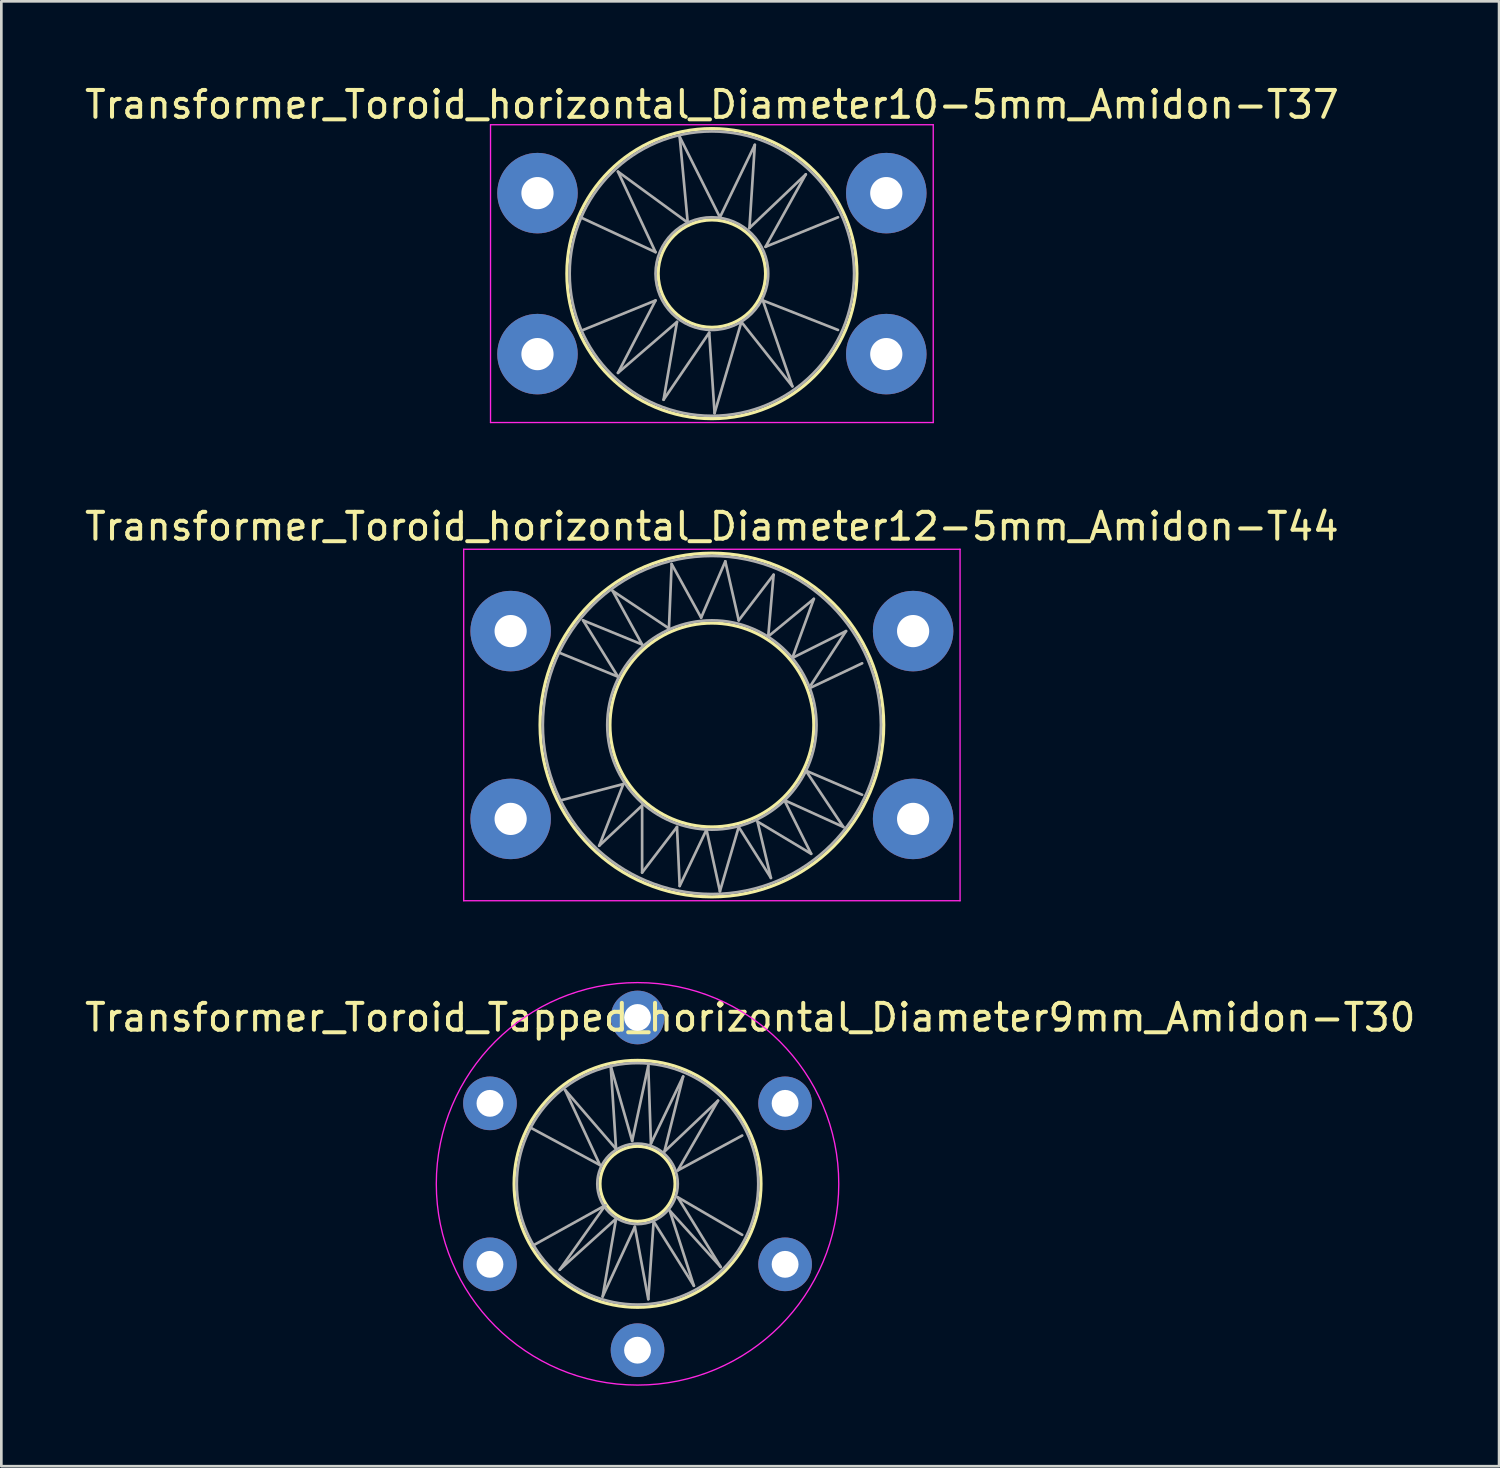
<source format=kicad_pcb>
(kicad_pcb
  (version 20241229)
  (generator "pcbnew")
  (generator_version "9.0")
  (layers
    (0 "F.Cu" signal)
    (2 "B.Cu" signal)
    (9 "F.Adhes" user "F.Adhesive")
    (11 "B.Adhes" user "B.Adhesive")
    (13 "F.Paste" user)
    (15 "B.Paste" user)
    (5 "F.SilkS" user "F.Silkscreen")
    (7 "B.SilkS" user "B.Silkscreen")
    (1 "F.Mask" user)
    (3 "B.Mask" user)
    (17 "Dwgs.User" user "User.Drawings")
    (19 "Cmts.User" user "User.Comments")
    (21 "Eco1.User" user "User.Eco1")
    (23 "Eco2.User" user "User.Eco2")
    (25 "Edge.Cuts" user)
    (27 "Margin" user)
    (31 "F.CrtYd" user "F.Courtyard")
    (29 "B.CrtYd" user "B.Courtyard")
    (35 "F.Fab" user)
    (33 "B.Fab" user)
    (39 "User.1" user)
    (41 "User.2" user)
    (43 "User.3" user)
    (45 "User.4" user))
  (footprint "Transformer_Toroid_Tapped_horizontal_Diameter9mm_Amidon-T30"
    (layer "F.Cu")
    (at 15.211 44.072)
    (property "Reference" "Transformer_Toroid_Tapped_horizontal_Diameter9mm_Amidon-T30" (at 9.7 -9.2 0) (layer "F.SilkS") (effects (font (size 1 1) (thickness 0.15))))
    (attr through_hole)
    (fp_circle (center 5.5 -3) (end 5.5 -7.6) (stroke (width 0.12) (type solid)) (fill no) (layer "F.SilkS"))
    (fp_circle (center 5.5 -3) (end 5.5 -4.4) (stroke (width 0.12) (type solid)) (fill no) (layer "F.SilkS"))
    (fp_circle (center 5.5 -3) (end 5.5 4.5) (stroke (width 0.05) (type solid)) (fill no) (layer "F.CrtYd"))
    (fp_line (start 1.5 -5.1) (end 4.1 -3.7) (stroke (width 0.1) (type solid)) (layer "F.Fab"))
    (fp_line (start 1.6 -0.7) (end 4.3 -2.2) (stroke (width 0.1) (type solid)) (layer "F.Fab"))
    (fp_line (start 2.6 0.2) (end 4.7 -1.7) (stroke (width 0.1) (type solid)) (layer "F.Fab"))
    (fp_line (start 2.8 -6.5) (end 4.7 -4.3) (stroke (width 0.1) (type solid)) (layer "F.Fab"))
    (fp_line (start 4.1 -3.7) (end 2.8 -6.5) (stroke (width 0.1) (type solid)) (layer "F.Fab"))
    (fp_line (start 4.2 1.2) (end 5.4 -1.4) (stroke (width 0.1) (type solid)) (layer "F.Fab"))
    (fp_line (start 4.3 -2.2) (end 2.6 0.2) (stroke (width 0.1) (type solid)) (layer "F.Fab"))
    (fp_line (start 4.5 -7.4) (end 5.3 -4.6) (stroke (width 0.1) (type solid)) (layer "F.Fab"))
    (fp_line (start 4.7 -4.3) (end 4.5 -7.4) (stroke (width 0.1) (type solid)) (layer "F.Fab"))
    (fp_line (start 4.7 -1.7) (end 4.2 1.2) (stroke (width 0.1) (type solid)) (layer "F.Fab"))
    (fp_line (start 5.3 -4.6) (end 5.9 -7.4) (stroke (width 0.1) (type solid)) (layer "F.Fab"))
    (fp_line (start 5.4 -1.4) (end 5.9 1.3) (stroke (width 0.1) (type solid)) (layer "F.Fab"))
    (fp_line (start 5.9 -7.4) (end 6 -4.5) (stroke (width 0.1) (type solid)) (layer "F.Fab"))
    (fp_line (start 5.9 1.3) (end 6.1 -1.6) (stroke (width 0.1) (type solid)) (layer "F.Fab"))
    (fp_line (start 6 -4.5) (end 7.2 -7) (stroke (width 0.1) (type solid)) (layer "F.Fab"))
    (fp_line (start 6.1 -1.6) (end 7.6 0.8) (stroke (width 0.1) (type solid)) (layer "F.Fab"))
    (fp_line (start 6.5 -4.2) (end 8.5 -6.1) (stroke (width 0.1) (type solid)) (layer "F.Fab"))
    (fp_line (start 6.7 -2) (end 8.6 0.1) (stroke (width 0.1) (type solid)) (layer "F.Fab"))
    (fp_line (start 7 -3.5) (end 9.4 -4.8) (stroke (width 0.1) (type solid)) (layer "F.Fab"))
    (fp_line (start 7 -2.5) (end 9.4 -1.1) (stroke (width 0.1) (type solid)) (layer "F.Fab"))
    (fp_line (start 7.2 -7) (end 6.5 -4.2) (stroke (width 0.1) (type solid)) (layer "F.Fab"))
    (fp_line (start 7.6 0.8) (end 6.7 -2) (stroke (width 0.1) (type solid)) (layer "F.Fab"))
    (fp_line (start 8.5 -6.1) (end 7 -3.5) (stroke (width 0.1) (type solid)) (layer "F.Fab"))
    (fp_line (start 8.6 0.1) (end 7 -2.5) (stroke (width 0.1) (type solid)) (layer "F.Fab"))
    (fp_circle (center 5.5 -3) (end 7 -3) (stroke (width 0.1) (type solid)) (fill no) (layer "F.Fab"))
    (fp_circle (center 5.5 -3) (end 10 -3) (stroke (width 0.1) (type solid)) (fill no) (layer "F.Fab"))
    (pad "1" thru_hole circle (at 0 0) (size 2 2) (drill 1) (layers "*.Cu" "*.Mask"))
    (pad "2" thru_hole circle (at 5.5 3.2) (size 2 2) (drill 1) (layers "*.Cu" "*.Mask"))
    (pad "3" thru_hole circle (at 11 0) (size 2 2) (drill 1) (layers "*.Cu" "*.Mask"))
    (pad "4" thru_hole circle (at 0 -6) (size 2 2) (drill 1) (layers "*.Cu" "*.Mask"))
    (pad "5" thru_hole circle (at 5.5 -9.2) (size 2 2) (drill 1) (layers "*.Cu" "*.Mask"))
    (pad "6" thru_hole circle (at 11 -6) (size 2 2) (drill 1) (layers "*.Cu" "*.Mask")))
  (footprint "Transformer_Toroid_horizontal_Diameter12-5mm_Amidon-T44"
    (layer "F.Cu")
    (at 15.982 27.471)
    (property "Reference" "Transformer_Toroid_horizontal_Diameter12-5mm_Amidon-T44" (at 7.5 -10.9 0) (layer "F.SilkS") (effects (font (size 1 1) (thickness 0.15))))
    (attr through_hole)
    (fp_circle (center 7.5 -3.5) (end 11.3 -3.5) (stroke (width 0.12) (type solid)) (fill no) (layer "F.SilkS"))
    (fp_circle (center 7.5 -3.5) (end 13.9 -3.7) (stroke (width 0.12) (type solid)) (fill no) (layer "F.SilkS"))
    (fp_line (start -1.75 -10.05) (end -1.75 3.05) (stroke (width 0.05) (type solid)) (layer "F.CrtYd"))
    (fp_line (start -1.75 -10.05) (end 16.75 -10.05) (stroke (width 0.05) (type solid)) (layer "F.CrtYd"))
    (fp_line (start 16.75 3.05) (end -1.75 3.05) (stroke (width 0.05) (type solid)) (layer "F.CrtYd"))
    (fp_line (start 16.75 3.05) (end 16.75 -10.05) (stroke (width 0.05) (type solid)) (layer "F.CrtYd"))
    (fp_line (start 1.8 -6.2) (end 4 -5.3) (stroke (width 0.1) (type solid)) (layer "F.Fab"))
    (fp_line (start 1.9 -0.7) (end 4.2 -1.3) (stroke (width 0.1) (type solid)) (layer "F.Fab"))
    (fp_line (start 2.7 -7.4) (end 4.9 -6.5) (stroke (width 0.1) (type solid)) (layer "F.Fab"))
    (fp_line (start 3.3 1) (end 4.9 -0.5) (stroke (width 0.1) (type solid)) (layer "F.Fab"))
    (fp_line (start 3.8 -8.5) (end 5.9 -7.1) (stroke (width 0.1) (type solid)) (layer "F.Fab"))
    (fp_line (start 4 -5.3) (end 2.7 -7.4) (stroke (width 0.1) (type solid)) (layer "F.Fab"))
    (fp_line (start 4.2 -1.3) (end 3.3 1) (stroke (width 0.1) (type solid)) (layer "F.Fab"))
    (fp_line (start 4.9 -6.5) (end 3.8 -8.5) (stroke (width 0.1) (type solid)) (layer "F.Fab"))
    (fp_line (start 4.9 -0.5) (end 4.9 2) (stroke (width 0.1) (type solid)) (layer "F.Fab"))
    (fp_line (start 4.9 2) (end 6.2 0.3) (stroke (width 0.1) (type solid)) (layer "F.Fab"))
    (fp_line (start 5.9 -7.1) (end 6 -9.5) (stroke (width 0.1) (type solid)) (layer "F.Fab"))
    (fp_line (start 6 -9.5) (end 7.1 -7.5) (stroke (width 0.1) (type solid)) (layer "F.Fab"))
    (fp_line (start 6.2 0.3) (end 6.3 2.5) (stroke (width 0.1) (type solid)) (layer "F.Fab"))
    (fp_line (start 6.3 2.5) (end 7.3 0.4) (stroke (width 0.1) (type solid)) (layer "F.Fab"))
    (fp_line (start 7.1 -7.5) (end 8 -9.6) (stroke (width 0.1) (type solid)) (layer "F.Fab"))
    (fp_line (start 7.3 0.4) (end 7.8 2.7) (stroke (width 0.1) (type solid)) (layer "F.Fab"))
    (fp_line (start 7.8 2.7) (end 8.5 0.3) (stroke (width 0.1) (type solid)) (layer "F.Fab"))
    (fp_line (start 8 -9.6) (end 8.5 -7.4) (stroke (width 0.1) (type solid)) (layer "F.Fab"))
    (fp_line (start 8.5 -7.4) (end 9.8 -9.1) (stroke (width 0.1) (type solid)) (layer "F.Fab"))
    (fp_line (start 8.5 0.3) (end 9.7 2.2) (stroke (width 0.1) (type solid)) (layer "F.Fab"))
    (fp_line (start 9.2 0.1) (end 11.2 1.3) (stroke (width 0.1) (type solid)) (layer "F.Fab"))
    (fp_line (start 9.6 -6.8) (end 11.3 -8.2) (stroke (width 0.1) (type solid)) (layer "F.Fab"))
    (fp_line (start 9.7 2.2) (end 9.2 0.1) (stroke (width 0.1) (type solid)) (layer "F.Fab"))
    (fp_line (start 9.8 -9.1) (end 9.6 -6.8) (stroke (width 0.1) (type solid)) (layer "F.Fab"))
    (fp_line (start 10.2 -0.7) (end 12.4 0.3) (stroke (width 0.1) (type solid)) (layer "F.Fab"))
    (fp_line (start 10.5 -6) (end 12.5 -7) (stroke (width 0.1) (type solid)) (layer "F.Fab"))
    (fp_line (start 11 -1.8) (end 13.1 -0.9) (stroke (width 0.1) (type solid)) (layer "F.Fab"))
    (fp_line (start 11.2 -4.9) (end 13.1 -5.8) (stroke (width 0.1) (type solid)) (layer "F.Fab"))
    (fp_line (start 11.2 1.3) (end 10.2 -0.7) (stroke (width 0.1) (type solid)) (layer "F.Fab"))
    (fp_line (start 11.3 -8.2) (end 10.5 -6) (stroke (width 0.1) (type solid)) (layer "F.Fab"))
    (fp_line (start 12.4 0.3) (end 11 -1.8) (stroke (width 0.1) (type solid)) (layer "F.Fab"))
    (fp_line (start 12.5 -7) (end 11.2 -5) (stroke (width 0.1) (type solid)) (layer "F.Fab"))
    (fp_circle (center 7.5 -3.5) (end 11.4 -3.5) (stroke (width 0.1) (type solid)) (fill no) (layer "F.Fab"))
    (fp_circle (center 7.5 -3.5) (end 13.8 -3.5) (stroke (width 0.1) (type solid)) (fill no) (layer "F.Fab"))
    (pad "1" thru_hole circle (at 0 0) (size 3 3) (drill 1.2) (layers "*.Cu" "*.Mask"))
    (pad "2" thru_hole circle (at 15 0) (size 3 3) (drill 1.2) (layers "*.Cu" "*.Mask"))
    (pad "3" thru_hole circle (at 0 -7) (size 3 3) (drill 1.2) (layers "*.Cu" "*.Mask"))
    (pad "4" thru_hole circle (at 15 -7) (size 3 3) (drill 1.2) (layers "*.Cu" "*.Mask")))
  (footprint "Transformer_Toroid_horizontal_Diameter10-5mm_Amidon-T37"
    (layer "F.Cu")
    (at 16.982 10.148)
    (property "Reference" "Transformer_Toroid_horizontal_Diameter10-5mm_Amidon-T37" (at 6.5 -9.3 0) (layer "F.SilkS") (effects (font (size 1 1) (thickness 0.15))))
    (attr through_hole)
    (fp_circle (center 6.5 -3) (end 8.5 -2.9) (stroke (width 0.12) (type solid)) (fill no) (layer "F.SilkS"))
    (fp_circle (center 6.5 -3) (end 11.9 -2.8) (stroke (width 0.12) (type solid)) (fill no) (layer "F.SilkS"))
    (fp_line (start -1.75 -8.55) (end -1.75 2.55) (stroke (width 0.05) (type solid)) (layer "F.CrtYd"))
    (fp_line (start -1.75 -8.55) (end 14.75 -8.55) (stroke (width 0.05) (type solid)) (layer "F.CrtYd"))
    (fp_line (start 14.75 2.55) (end -1.75 2.55) (stroke (width 0.05) (type solid)) (layer "F.CrtYd"))
    (fp_line (start 14.75 2.55) (end 14.75 -8.55) (stroke (width 0.05) (type solid)) (layer "F.CrtYd"))
    (fp_line (start 1.6 -5.1) (end 4.4 -3.8) (stroke (width 0.1) (type solid)) (layer "F.Fab"))
    (fp_line (start 1.7 -0.9) (end 4.4 -2) (stroke (width 0.1) (type solid)) (layer "F.Fab"))
    (fp_line (start 3 -6.8) (end 5.6 -4.9) (stroke (width 0.1) (type solid)) (layer "F.Fab"))
    (fp_line (start 3 0.7) (end 5.2 -1.2) (stroke (width 0.1) (type solid)) (layer "F.Fab"))
    (fp_line (start 4.4 -3.8) (end 3 -6.8) (stroke (width 0.1) (type solid)) (layer "F.Fab"))
    (fp_line (start 4.4 -2) (end 3 0.7) (stroke (width 0.1) (type solid)) (layer "F.Fab"))
    (fp_line (start 4.7 1.7) (end 6.4 -0.8) (stroke (width 0.1) (type solid)) (layer "F.Fab"))
    (fp_line (start 5.2 -1.2) (end 4.7 1.7) (stroke (width 0.1) (type solid)) (layer "F.Fab"))
    (fp_line (start 5.3 -8.1) (end 6.8 -5.1) (stroke (width 0.1) (type solid)) (layer "F.Fab"))
    (fp_line (start 5.6 -4.9) (end 5.3 -8.1) (stroke (width 0.1) (type solid)) (layer "F.Fab"))
    (fp_line (start 6.4 -0.8) (end 6.6 2.2) (stroke (width 0.1) (type solid)) (layer "F.Fab"))
    (fp_line (start 6.6 2.2) (end 7.6 -1.2) (stroke (width 0.1) (type solid)) (layer "F.Fab"))
    (fp_line (start 6.8 -5.1) (end 8.1 -7.8) (stroke (width 0.1) (type solid)) (layer "F.Fab"))
    (fp_line (start 7.6 -1.2) (end 9.5 1.2) (stroke (width 0.1) (type solid)) (layer "F.Fab"))
    (fp_line (start 7.9 -4.7) (end 10 -6.7) (stroke (width 0.1) (type solid)) (layer "F.Fab"))
    (fp_line (start 8.1 -7.8) (end 7.9 -4.7) (stroke (width 0.1) (type solid)) (layer "F.Fab"))
    (fp_line (start 8.4 -2) (end 11.2 -0.9) (stroke (width 0.1) (type solid)) (layer "F.Fab"))
    (fp_line (start 8.5 -4) (end 11.2 -5.1) (stroke (width 0.1) (type solid)) (layer "F.Fab"))
    (fp_line (start 9.5 1.2) (end 8.4 -2) (stroke (width 0.1) (type solid)) (layer "F.Fab"))
    (fp_line (start 10 -6.7) (end 8.5 -4) (stroke (width 0.1) (type solid)) (layer "F.Fab"))
    (fp_circle (center 6.5 -3) (end 8.6 -3) (stroke (width 0.1) (type solid)) (fill no) (layer "F.Fab"))
    (fp_circle (center 6.5 -3) (end 11.8 -3) (stroke (width 0.1) (type solid)) (fill no) (layer "F.Fab"))
    (pad "1" thru_hole circle (at 0 0) (size 3 3) (drill 1.2) (layers "*.Cu" "*.Mask"))
    (pad "2" thru_hole circle (at 13 0) (size 3 3) (drill 1.2) (layers "*.Cu" "*.Mask"))
    (pad "3" thru_hole circle (at 0 -6) (size 3 3) (drill 1.2) (layers "*.Cu" "*.Mask"))
    (pad "4" thru_hole circle (at 13 -6) (size 3 3) (drill 1.2) (layers "*.Cu" "*.Mask")))
  (gr_rect
    (start -3 -3)
    (end 52.821 51.596)
    (stroke (width 0.1) (type default))
    (fill no)
    (layer "Edge.Cuts")))
</source>
